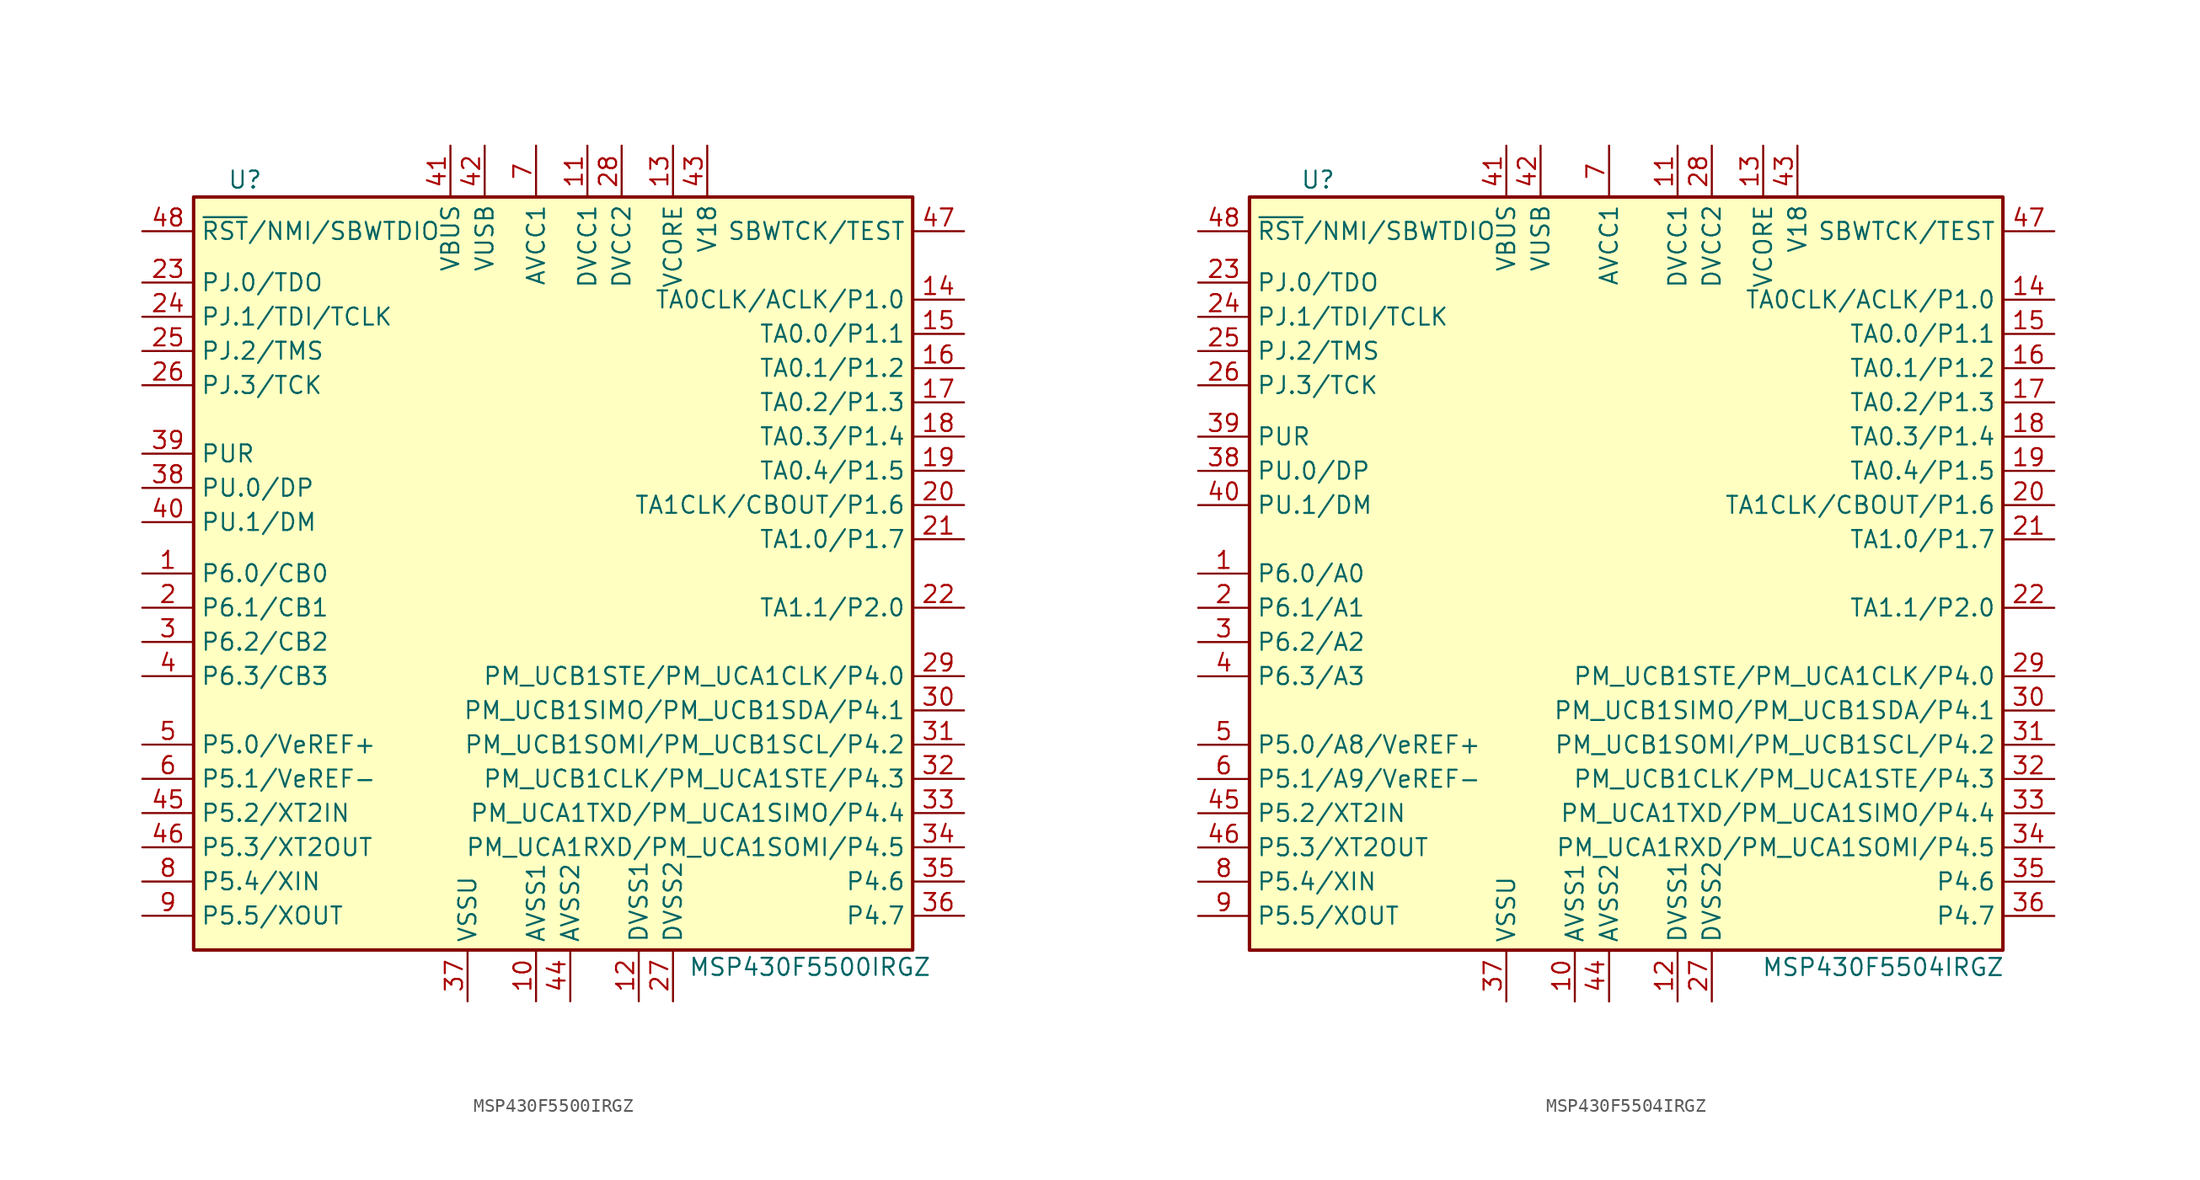
<source format=kicad_sym>
(kicad_symbol_lib
  (version 20201005)
  (generator kicad_symbol_editor)
  (symbol "MCU_Texas_MSP430:MSP430F5500IRGZ"
    (property "Reference" "U"
      (at -22.86 29.21 0)
      (effects (font (size 1.27 1.27))))
    (property "Value" "MSP430F5500IRGZ"
      (at 19.05 -29.21 0)
      (effects (font (size 1.27 1.27))))
    (symbol "MSP430F5500IRGZ_0_1"
      (rectangle (start -26.67 27.94) (end 26.67 -27.94) (stroke (width 0.254)) (fill (type background))))
    (symbol "MSP430F5500IRGZ_1_1"
      (pin bidirectional line (at -30.48 0 0) (length 3.81) (name "P6.0/CB0" (effects (font (size 1.27 1.27)))) (number "1" (effects (font (size 1.27 1.27)))))
      (pin power_in line (at -1.27 -31.75 90) (length 3.81) (name "AVSS1" (effects (font (size 1.27 1.27)))) (number "10" (effects (font (size 1.27 1.27)))))
      (pin power_in line (at 2.54 31.75 270) (length 3.81) (name "DVCC1" (effects (font (size 1.27 1.27)))) (number "11" (effects (font (size 1.27 1.27)))))
      (pin power_in line (at 6.35 -31.75 90) (length 3.81) (name "DVSS1" (effects (font (size 1.27 1.27)))) (number "12" (effects (font (size 1.27 1.27)))))
      (pin passive line (at 8.89 31.75 270) (length 3.81) (name "VCORE" (effects (font (size 1.27 1.27)))) (number "13" (effects (font (size 1.27 1.27)))))
      (pin bidirectional line (at 30.48 20.32 180) (length 3.81) (name "TA0CLK/ACLK/P1.0" (effects (font (size 1.27 1.27)))) (number "14" (effects (font (size 1.27 1.27)))))
      (pin bidirectional line (at 30.48 17.78 180) (length 3.81) (name "TA0.0/P1.1" (effects (font (size 1.27 1.27)))) (number "15" (effects (font (size 1.27 1.27)))))
      (pin bidirectional line (at 30.48 15.24 180) (length 3.81) (name "TA0.1/P1.2" (effects (font (size 1.27 1.27)))) (number "16" (effects (font (size 1.27 1.27)))))
      (pin bidirectional line (at 30.48 12.7 180) (length 3.81) (name "TA0.2/P1.3" (effects (font (size 1.27 1.27)))) (number "17" (effects (font (size 1.27 1.27)))))
      (pin bidirectional line (at 30.48 10.16 180) (length 3.81) (name "TA0.3/P1.4" (effects (font (size 1.27 1.27)))) (number "18" (effects (font (size 1.27 1.27)))))
      (pin bidirectional line (at 30.48 7.62 180) (length 3.81) (name "TA0.4/P1.5" (effects (font (size 1.27 1.27)))) (number "19" (effects (font (size 1.27 1.27)))))
      (pin bidirectional line (at -30.48 -2.54 0) (length 3.81) (name "P6.1/CB1" (effects (font (size 1.27 1.27)))) (number "2" (effects (font (size 1.27 1.27)))))
      (pin bidirectional line (at 30.48 5.08 180) (length 3.81) (name "TA1CLK/CBOUT/P1.6" (effects (font (size 1.27 1.27)))) (number "20" (effects (font (size 1.27 1.27)))))
      (pin bidirectional line (at 30.48 2.54 180) (length 3.81) (name "TA1.0/P1.7" (effects (font (size 1.27 1.27)))) (number "21" (effects (font (size 1.27 1.27)))))
      (pin bidirectional line (at 30.48 -2.54 180) (length 3.81) (name "TA1.1/P2.0" (effects (font (size 1.27 1.27)))) (number "22" (effects (font (size 1.27 1.27)))))
      (pin bidirectional line (at -30.48 21.59 0) (length 3.81) (name "PJ.0/TDO" (effects (font (size 1.27 1.27)))) (number "23" (effects (font (size 1.27 1.27)))))
      (pin bidirectional line (at -30.48 19.05 0) (length 3.81) (name "PJ.1/TDI/TCLK" (effects (font (size 1.27 1.27)))) (number "24" (effects (font (size 1.27 1.27)))))
      (pin bidirectional line (at -30.48 16.51 0) (length 3.81) (name "PJ.2/TMS" (effects (font (size 1.27 1.27)))) (number "25" (effects (font (size 1.27 1.27)))))
      (pin bidirectional line (at -30.48 13.97 0) (length 3.81) (name "PJ.3/TCK" (effects (font (size 1.27 1.27)))) (number "26" (effects (font (size 1.27 1.27)))))
      (pin power_in line (at 8.89 -31.75 90) (length 3.81) (name "DVSS2" (effects (font (size 1.27 1.27)))) (number "27" (effects (font (size 1.27 1.27)))))
      (pin power_in line (at 5.08 31.75 270) (length 3.81) (name "DVCC2" (effects (font (size 1.27 1.27)))) (number "28" (effects (font (size 1.27 1.27)))))
      (pin bidirectional line (at 30.48 -7.62 180) (length 3.81) (name "PM_UCB1STE/PM_UCA1CLK/P4.0" (effects (font (size 1.27 1.27)))) (number "29" (effects (font (size 1.27 1.27)))))
      (pin bidirectional line (at -30.48 -5.08 0) (length 3.81) (name "P6.2/CB2" (effects (font (size 1.27 1.27)))) (number "3" (effects (font (size 1.27 1.27)))))
      (pin bidirectional line (at 30.48 -10.16 180) (length 3.81) (name "PM_UCB1SIMO/PM_UCB1SDA/P4.1" (effects (font (size 1.27 1.27)))) (number "30" (effects (font (size 1.27 1.27)))))
      (pin bidirectional line (at 30.48 -12.7 180) (length 3.81) (name "PM_UCB1SOMI/PM_UCB1SCL/P4.2" (effects (font (size 1.27 1.27)))) (number "31" (effects (font (size 1.27 1.27)))))
      (pin bidirectional line (at 30.48 -15.24 180) (length 3.81) (name "PM_UCB1CLK/PM_UCA1STE/P4.3" (effects (font (size 1.27 1.27)))) (number "32" (effects (font (size 1.27 1.27)))))
      (pin bidirectional line (at 30.48 -17.78 180) (length 3.81) (name "PM_UCA1TXD/PM_UCA1SIMO/P4.4" (effects (font (size 1.27 1.27)))) (number "33" (effects (font (size 1.27 1.27)))))
      (pin bidirectional line (at 30.48 -20.32 180) (length 3.81) (name "PM_UCA1RXD/PM_UCA1SOMI/P4.5" (effects (font (size 1.27 1.27)))) (number "34" (effects (font (size 1.27 1.27)))))
      (pin bidirectional line (at 30.48 -22.86 180) (length 3.81) (name "P4.6" (effects (font (size 1.27 1.27)))) (number "35" (effects (font (size 1.27 1.27)))))
      (pin bidirectional line (at 30.48 -25.4 180) (length 3.81) (name "P4.7" (effects (font (size 1.27 1.27)))) (number "36" (effects (font (size 1.27 1.27)))))
      (pin power_in line (at -6.35 -31.75 90) (length 3.81) (name "VSSU" (effects (font (size 1.27 1.27)))) (number "37" (effects (font (size 1.27 1.27)))))
      (pin bidirectional line (at -30.48 6.35 0) (length 3.81) (name "PU.0/DP" (effects (font (size 1.27 1.27)))) (number "38" (effects (font (size 1.27 1.27)))))
      (pin bidirectional line (at -30.48 8.89 0) (length 3.81) (name "PUR" (effects (font (size 1.27 1.27)))) (number "39" (effects (font (size 1.27 1.27)))))
      (pin bidirectional line (at -30.48 -7.62 0) (length 3.81) (name "P6.3/CB3" (effects (font (size 1.27 1.27)))) (number "4" (effects (font (size 1.27 1.27)))))
      (pin bidirectional line (at -30.48 3.81 0) (length 3.81) (name "PU.1/DM" (effects (font (size 1.27 1.27)))) (number "40" (effects (font (size 1.27 1.27)))))
      (pin power_in line (at -7.62 31.75 270) (length 3.81) (name "VBUS" (effects (font (size 1.27 1.27)))) (number "41" (effects (font (size 1.27 1.27)))))
      (pin power_out line (at -5.08 31.75 270) (length 3.81) (name "VUSB" (effects (font (size 1.27 1.27)))) (number "42" (effects (font (size 1.27 1.27)))))
      (pin passive line (at 11.43 31.75 270) (length 3.81) (name "V18" (effects (font (size 1.27 1.27)))) (number "43" (effects (font (size 1.27 1.27)))))
      (pin power_in line (at 1.27 -31.75 90) (length 3.81) (name "AVSS2" (effects (font (size 1.27 1.27)))) (number "44" (effects (font (size 1.27 1.27)))))
      (pin bidirectional line (at -30.48 -17.78 0) (length 3.81) (name "P5.2/XT2IN" (effects (font (size 1.27 1.27)))) (number "45" (effects (font (size 1.27 1.27)))))
      (pin bidirectional line (at -30.48 -20.32 0) (length 3.81) (name "P5.3/XT2OUT" (effects (font (size 1.27 1.27)))) (number "46" (effects (font (size 1.27 1.27)))))
      (pin input line (at 30.48 25.4 180) (length 3.81) (name "SBWTCK/TEST" (effects (font (size 1.27 1.27)))) (number "47" (effects (font (size 1.27 1.27)))))
      (pin input line (at -30.48 25.4 0) (length 3.81) (name "~RST~/NMI/SBWTDIO" (effects (font (size 1.27 1.27)))) (number "48" (effects (font (size 1.27 1.27)))))
      (pin bidirectional line (at -30.48 -12.7 0) (length 3.81) (name "P5.0/VeREF+" (effects (font (size 1.27 1.27)))) (number "5" (effects (font (size 1.27 1.27)))))
      (pin bidirectional line (at -30.48 -15.24 0) (length 3.81) (name "P5.1/VeREF-" (effects (font (size 1.27 1.27)))) (number "6" (effects (font (size 1.27 1.27)))))
      (pin power_in line (at -1.27 31.75 270) (length 3.81) (name "AVCC1" (effects (font (size 1.27 1.27)))) (number "7" (effects (font (size 1.27 1.27)))))
      (pin bidirectional line (at -30.48 -22.86 0) (length 3.81) (name "P5.4/XIN" (effects (font (size 1.27 1.27)))) (number "8" (effects (font (size 1.27 1.27)))))
      (pin bidirectional line (at -30.48 -25.4 0) (length 3.81) (name "P5.5/XOUT" (effects (font (size 1.27 1.27)))) (number "9" (effects (font (size 1.27 1.27)))))))
  (symbol "MCU_Texas_MSP430:MSP430F5504IRGZ"
    (property "Reference" "U"
      (at -21.59 29.21 0)
      (effects (font (size 1.27 1.27))))
    (property "Value" "MSP430F5504IRGZ"
      (at 20.32 -29.21 0)
      (effects (font (size 1.27 1.27))))
    (symbol "MSP430F5504IRGZ_0_1"
      (rectangle (start -26.67 27.94) (end 29.21 -27.94) (stroke (width 0.254)) (fill (type background))))
    (symbol "MSP430F5504IRGZ_1_1"
      (pin bidirectional line (at -30.48 0 0) (length 3.81) (name "P6.0/A0" (effects (font (size 1.27 1.27)))) (number "1" (effects (font (size 1.27 1.27)))))
      (pin power_in line (at -2.54 -31.75 90) (length 3.81) (name "AVSS1" (effects (font (size 1.27 1.27)))) (number "10" (effects (font (size 1.27 1.27)))))
      (pin power_in line (at 5.08 31.75 270) (length 3.81) (name "DVCC1" (effects (font (size 1.27 1.27)))) (number "11" (effects (font (size 1.27 1.27)))))
      (pin power_in line (at 5.08 -31.75 90) (length 3.81) (name "DVSS1" (effects (font (size 1.27 1.27)))) (number "12" (effects (font (size 1.27 1.27)))))
      (pin passive line (at 11.43 31.75 270) (length 3.81) (name "VCORE" (effects (font (size 1.27 1.27)))) (number "13" (effects (font (size 1.27 1.27)))))
      (pin bidirectional line (at 33.02 20.32 180) (length 3.81) (name "TA0CLK/ACLK/P1.0" (effects (font (size 1.27 1.27)))) (number "14" (effects (font (size 1.27 1.27)))))
      (pin bidirectional line (at 33.02 17.78 180) (length 3.81) (name "TA0.0/P1.1" (effects (font (size 1.27 1.27)))) (number "15" (effects (font (size 1.27 1.27)))))
      (pin bidirectional line (at 33.02 15.24 180) (length 3.81) (name "TA0.1/P1.2" (effects (font (size 1.27 1.27)))) (number "16" (effects (font (size 1.27 1.27)))))
      (pin bidirectional line (at 33.02 12.7 180) (length 3.81) (name "TA0.2/P1.3" (effects (font (size 1.27 1.27)))) (number "17" (effects (font (size 1.27 1.27)))))
      (pin bidirectional line (at 33.02 10.16 180) (length 3.81) (name "TA0.3/P1.4" (effects (font (size 1.27 1.27)))) (number "18" (effects (font (size 1.27 1.27)))))
      (pin bidirectional line (at 33.02 7.62 180) (length 3.81) (name "TA0.4/P1.5" (effects (font (size 1.27 1.27)))) (number "19" (effects (font (size 1.27 1.27)))))
      (pin bidirectional line (at -30.48 -2.54 0) (length 3.81) (name "P6.1/A1" (effects (font (size 1.27 1.27)))) (number "2" (effects (font (size 1.27 1.27)))))
      (pin bidirectional line (at 33.02 5.08 180) (length 3.81) (name "TA1CLK/CBOUT/P1.6" (effects (font (size 1.27 1.27)))) (number "20" (effects (font (size 1.27 1.27)))))
      (pin bidirectional line (at 33.02 2.54 180) (length 3.81) (name "TA1.0/P1.7" (effects (font (size 1.27 1.27)))) (number "21" (effects (font (size 1.27 1.27)))))
      (pin bidirectional line (at 33.02 -2.54 180) (length 3.81) (name "TA1.1/P2.0" (effects (font (size 1.27 1.27)))) (number "22" (effects (font (size 1.27 1.27)))))
      (pin bidirectional line (at -30.48 21.59 0) (length 3.81) (name "PJ.0/TDO" (effects (font (size 1.27 1.27)))) (number "23" (effects (font (size 1.27 1.27)))))
      (pin bidirectional line (at -30.48 19.05 0) (length 3.81) (name "PJ.1/TDI/TCLK" (effects (font (size 1.27 1.27)))) (number "24" (effects (font (size 1.27 1.27)))))
      (pin bidirectional line (at -30.48 16.51 0) (length 3.81) (name "PJ.2/TMS" (effects (font (size 1.27 1.27)))) (number "25" (effects (font (size 1.27 1.27)))))
      (pin bidirectional line (at -30.48 13.97 0) (length 3.81) (name "PJ.3/TCK" (effects (font (size 1.27 1.27)))) (number "26" (effects (font (size 1.27 1.27)))))
      (pin power_in line (at 7.62 -31.75 90) (length 3.81) (name "DVSS2" (effects (font (size 1.27 1.27)))) (number "27" (effects (font (size 1.27 1.27)))))
      (pin power_in line (at 7.62 31.75 270) (length 3.81) (name "DVCC2" (effects (font (size 1.27 1.27)))) (number "28" (effects (font (size 1.27 1.27)))))
      (pin bidirectional line (at 33.02 -7.62 180) (length 3.81) (name "PM_UCB1STE/PM_UCA1CLK/P4.0" (effects (font (size 1.27 1.27)))) (number "29" (effects (font (size 1.27 1.27)))))
      (pin bidirectional line (at -30.48 -5.08 0) (length 3.81) (name "P6.2/A2" (effects (font (size 1.27 1.27)))) (number "3" (effects (font (size 1.27 1.27)))))
      (pin bidirectional line (at 33.02 -10.16 180) (length 3.81) (name "PM_UCB1SIMO/PM_UCB1SDA/P4.1" (effects (font (size 1.27 1.27)))) (number "30" (effects (font (size 1.27 1.27)))))
      (pin bidirectional line (at 33.02 -12.7 180) (length 3.81) (name "PM_UCB1SOMI/PM_UCB1SCL/P4.2" (effects (font (size 1.27 1.27)))) (number "31" (effects (font (size 1.27 1.27)))))
      (pin bidirectional line (at 33.02 -15.24 180) (length 3.81) (name "PM_UCB1CLK/PM_UCA1STE/P4.3" (effects (font (size 1.27 1.27)))) (number "32" (effects (font (size 1.27 1.27)))))
      (pin bidirectional line (at 33.02 -17.78 180) (length 3.81) (name "PM_UCA1TXD/PM_UCA1SIMO/P4.4" (effects (font (size 1.27 1.27)))) (number "33" (effects (font (size 1.27 1.27)))))
      (pin bidirectional line (at 33.02 -20.32 180) (length 3.81) (name "PM_UCA1RXD/PM_UCA1SOMI/P4.5" (effects (font (size 1.27 1.27)))) (number "34" (effects (font (size 1.27 1.27)))))
      (pin bidirectional line (at 33.02 -22.86 180) (length 3.81) (name "P4.6" (effects (font (size 1.27 1.27)))) (number "35" (effects (font (size 1.27 1.27)))))
      (pin bidirectional line (at 33.02 -25.4 180) (length 3.81) (name "P4.7" (effects (font (size 1.27 1.27)))) (number "36" (effects (font (size 1.27 1.27)))))
      (pin power_in line (at -7.62 -31.75 90) (length 3.81) (name "VSSU" (effects (font (size 1.27 1.27)))) (number "37" (effects (font (size 1.27 1.27)))))
      (pin bidirectional line (at -30.48 7.62 0) (length 3.81) (name "PU.0/DP" (effects (font (size 1.27 1.27)))) (number "38" (effects (font (size 1.27 1.27)))))
      (pin bidirectional line (at -30.48 10.16 0) (length 3.81) (name "PUR" (effects (font (size 1.27 1.27)))) (number "39" (effects (font (size 1.27 1.27)))))
      (pin bidirectional line (at -30.48 -7.62 0) (length 3.81) (name "P6.3/A3" (effects (font (size 1.27 1.27)))) (number "4" (effects (font (size 1.27 1.27)))))
      (pin bidirectional line (at -30.48 5.08 0) (length 3.81) (name "PU.1/DM" (effects (font (size 1.27 1.27)))) (number "40" (effects (font (size 1.27 1.27)))))
      (pin power_in line (at -7.62 31.75 270) (length 3.81) (name "VBUS" (effects (font (size 1.27 1.27)))) (number "41" (effects (font (size 1.27 1.27)))))
      (pin power_out line (at -5.08 31.75 270) (length 3.81) (name "VUSB" (effects (font (size 1.27 1.27)))) (number "42" (effects (font (size 1.27 1.27)))))
      (pin passive line (at 13.97 31.75 270) (length 3.81) (name "V18" (effects (font (size 1.27 1.27)))) (number "43" (effects (font (size 1.27 1.27)))))
      (pin power_in line (at 0 -31.75 90) (length 3.81) (name "AVSS2" (effects (font (size 1.27 1.27)))) (number "44" (effects (font (size 1.27 1.27)))))
      (pin bidirectional line (at -30.48 -17.78 0) (length 3.81) (name "P5.2/XT2IN" (effects (font (size 1.27 1.27)))) (number "45" (effects (font (size 1.27 1.27)))))
      (pin bidirectional line (at -30.48 -20.32 0) (length 3.81) (name "P5.3/XT2OUT" (effects (font (size 1.27 1.27)))) (number "46" (effects (font (size 1.27 1.27)))))
      (pin input line (at 33.02 25.4 180) (length 3.81) (name "SBWTCK/TEST" (effects (font (size 1.27 1.27)))) (number "47" (effects (font (size 1.27 1.27)))))
      (pin input line (at -30.48 25.4 0) (length 3.81) (name "~RST~/NMI/SBWTDIO" (effects (font (size 1.27 1.27)))) (number "48" (effects (font (size 1.27 1.27)))))
      (pin bidirectional line (at -30.48 -12.7 0) (length 3.81) (name "P5.0/A8/VeREF+" (effects (font (size 1.27 1.27)))) (number "5" (effects (font (size 1.27 1.27)))))
      (pin bidirectional line (at -30.48 -15.24 0) (length 3.81) (name "P5.1/A9/VeREF-" (effects (font (size 1.27 1.27)))) (number "6" (effects (font (size 1.27 1.27)))))
      (pin power_in line (at 0 31.75 270) (length 3.81) (name "AVCC1" (effects (font (size 1.27 1.27)))) (number "7" (effects (font (size 1.27 1.27)))))
      (pin bidirectional line (at -30.48 -22.86 0) (length 3.81) (name "P5.4/XIN" (effects (font (size 1.27 1.27)))) (number "8" (effects (font (size 1.27 1.27)))))
      (pin bidirectional line (at -30.48 -25.4 0) (length 3.81) (name "P5.5/XOUT" (effects (font (size 1.27 1.27)))) (number "9" (effects (font (size 1.27 1.27))))))))
</source>
